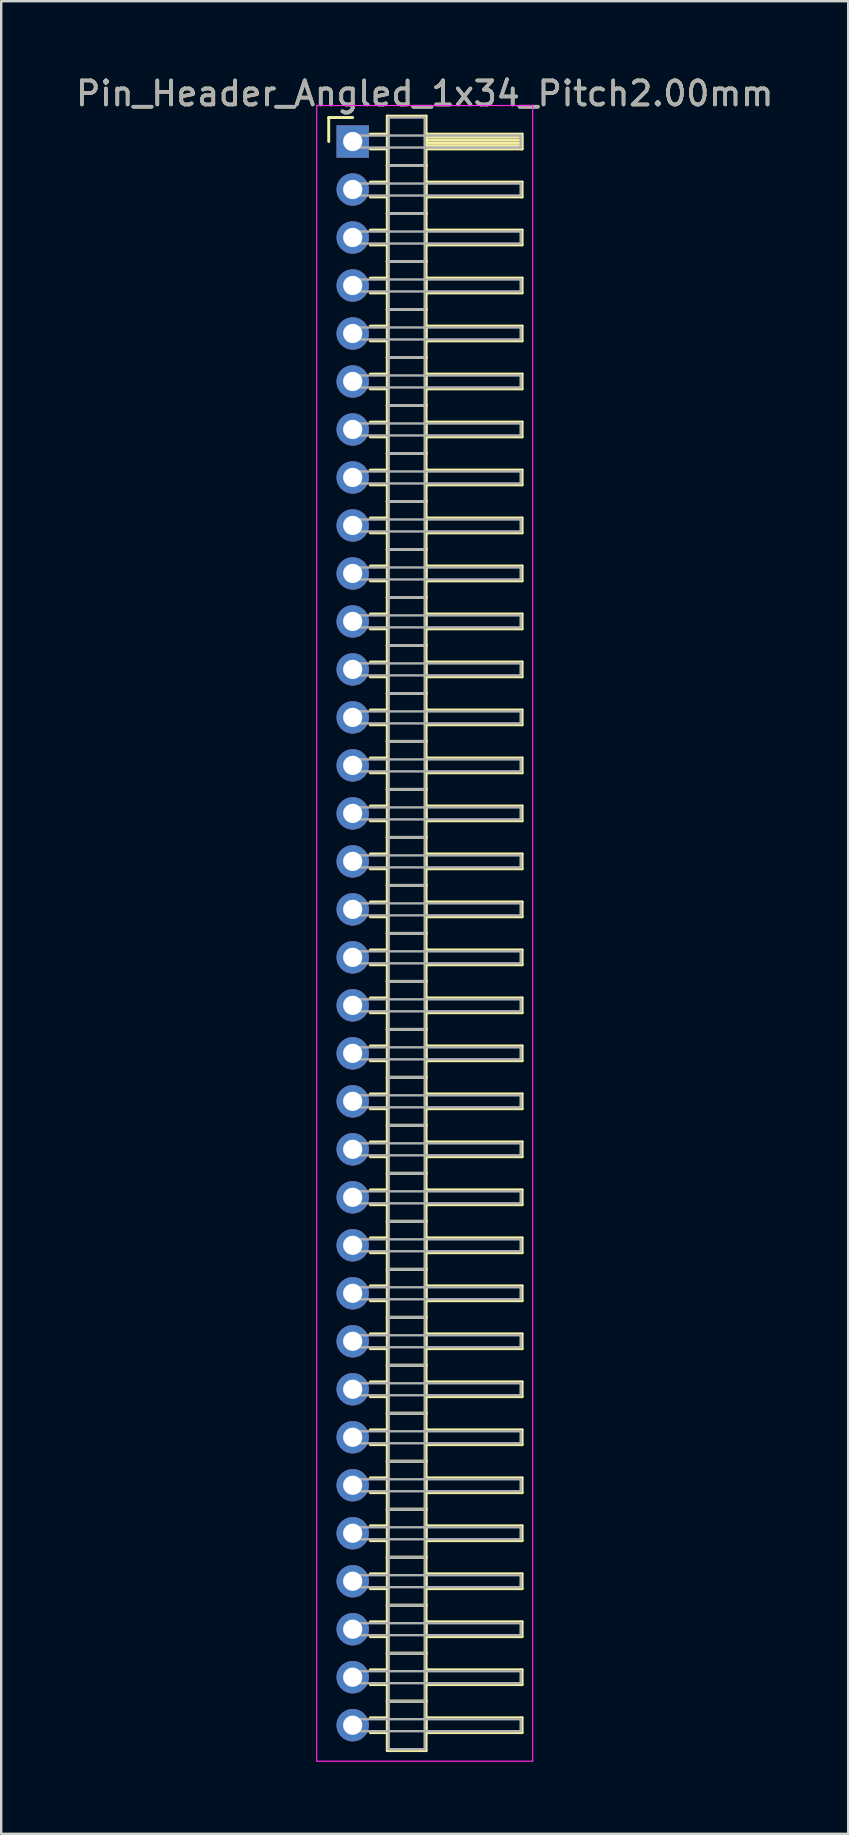
<source format=kicad_pcb>
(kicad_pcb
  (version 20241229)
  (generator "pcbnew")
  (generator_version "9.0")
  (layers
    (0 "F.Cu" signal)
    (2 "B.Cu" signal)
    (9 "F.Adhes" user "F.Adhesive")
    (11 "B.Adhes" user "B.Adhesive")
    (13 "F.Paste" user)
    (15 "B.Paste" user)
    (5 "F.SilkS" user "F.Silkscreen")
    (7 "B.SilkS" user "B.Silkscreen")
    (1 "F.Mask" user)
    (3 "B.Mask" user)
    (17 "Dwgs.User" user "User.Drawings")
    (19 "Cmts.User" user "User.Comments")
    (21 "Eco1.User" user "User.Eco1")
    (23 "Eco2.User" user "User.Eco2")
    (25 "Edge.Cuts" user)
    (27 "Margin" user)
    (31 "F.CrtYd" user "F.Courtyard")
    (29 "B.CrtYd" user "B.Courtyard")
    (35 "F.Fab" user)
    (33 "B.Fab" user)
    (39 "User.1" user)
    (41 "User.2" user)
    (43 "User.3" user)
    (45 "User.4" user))
  (footprint "Pin_Header_Angled_1x34_Pitch2.00mm"
    (layer "F.Cu")
    (at 11.649 2.848)
    (property "Reference" "Pin_Header_Angled_1x34_Pitch2.00mm" (at 3 -2 0) (layer "F.SilkS") (effects (font (size 1 1) (thickness 0.15))))
    (attr through_hole)
    (fp_line (start -1 -1) (end 0 -1) (stroke (width 0.12) (type solid)) (layer "F.SilkS"))
    (fp_line (start -1 0) (end -1 -1) (stroke (width 0.12) (type solid)) (layer "F.SilkS"))
    (fp_line (start 0.735 -0.31) (end 1.44 -0.31) (stroke (width 0.12) (type solid)) (layer "F.SilkS"))
    (fp_line (start 0.735 0.31) (end 1.44 0.31) (stroke (width 0.12) (type solid)) (layer "F.SilkS"))
    (fp_line (start 0.735 1.69) (end 1.44 1.69) (stroke (width 0.12) (type solid)) (layer "F.SilkS"))
    (fp_line (start 0.735 2.31) (end 1.44 2.31) (stroke (width 0.12) (type solid)) (layer "F.SilkS"))
    (fp_line (start 0.735 3.69) (end 1.44 3.69) (stroke (width 0.12) (type solid)) (layer "F.SilkS"))
    (fp_line (start 0.735 4.31) (end 1.44 4.31) (stroke (width 0.12) (type solid)) (layer "F.SilkS"))
    (fp_line (start 0.735 5.69) (end 1.44 5.69) (stroke (width 0.12) (type solid)) (layer "F.SilkS"))
    (fp_line (start 0.735 6.31) (end 1.44 6.31) (stroke (width 0.12) (type solid)) (layer "F.SilkS"))
    (fp_line (start 0.735 7.69) (end 1.44 7.69) (stroke (width 0.12) (type solid)) (layer "F.SilkS"))
    (fp_line (start 0.735 8.31) (end 1.44 8.31) (stroke (width 0.12) (type solid)) (layer "F.SilkS"))
    (fp_line (start 0.735 9.69) (end 1.44 9.69) (stroke (width 0.12) (type solid)) (layer "F.SilkS"))
    (fp_line (start 0.735 10.31) (end 1.44 10.31) (stroke (width 0.12) (type solid)) (layer "F.SilkS"))
    (fp_line (start 0.735 11.69) (end 1.44 11.69) (stroke (width 0.12) (type solid)) (layer "F.SilkS"))
    (fp_line (start 0.735 12.31) (end 1.44 12.31) (stroke (width 0.12) (type solid)) (layer "F.SilkS"))
    (fp_line (start 0.735 13.69) (end 1.44 13.69) (stroke (width 0.12) (type solid)) (layer "F.SilkS"))
    (fp_line (start 0.735 14.31) (end 1.44 14.31) (stroke (width 0.12) (type solid)) (layer "F.SilkS"))
    (fp_line (start 0.735 15.69) (end 1.44 15.69) (stroke (width 0.12) (type solid)) (layer "F.SilkS"))
    (fp_line (start 0.735 16.31) (end 1.44 16.31) (stroke (width 0.12) (type solid)) (layer "F.SilkS"))
    (fp_line (start 0.735 17.69) (end 1.44 17.69) (stroke (width 0.12) (type solid)) (layer "F.SilkS"))
    (fp_line (start 0.735 18.31) (end 1.44 18.31) (stroke (width 0.12) (type solid)) (layer "F.SilkS"))
    (fp_line (start 0.735 19.69) (end 1.44 19.69) (stroke (width 0.12) (type solid)) (layer "F.SilkS"))
    (fp_line (start 0.735 20.31) (end 1.44 20.31) (stroke (width 0.12) (type solid)) (layer "F.SilkS"))
    (fp_line (start 0.735 21.69) (end 1.44 21.69) (stroke (width 0.12) (type solid)) (layer "F.SilkS"))
    (fp_line (start 0.735 22.31) (end 1.44 22.31) (stroke (width 0.12) (type solid)) (layer "F.SilkS"))
    (fp_line (start 0.735 23.69) (end 1.44 23.69) (stroke (width 0.12) (type solid)) (layer "F.SilkS"))
    (fp_line (start 0.735 24.31) (end 1.44 24.31) (stroke (width 0.12) (type solid)) (layer "F.SilkS"))
    (fp_line (start 0.735 25.69) (end 1.44 25.69) (stroke (width 0.12) (type solid)) (layer "F.SilkS"))
    (fp_line (start 0.735 26.31) (end 1.44 26.31) (stroke (width 0.12) (type solid)) (layer "F.SilkS"))
    (fp_line (start 0.735 27.69) (end 1.44 27.69) (stroke (width 0.12) (type solid)) (layer "F.SilkS"))
    (fp_line (start 0.735 28.31) (end 1.44 28.31) (stroke (width 0.12) (type solid)) (layer "F.SilkS"))
    (fp_line (start 0.735 29.69) (end 1.44 29.69) (stroke (width 0.12) (type solid)) (layer "F.SilkS"))
    (fp_line (start 0.735 30.31) (end 1.44 30.31) (stroke (width 0.12) (type solid)) (layer "F.SilkS"))
    (fp_line (start 0.735 31.69) (end 1.44 31.69) (stroke (width 0.12) (type solid)) (layer "F.SilkS"))
    (fp_line (start 0.735 32.31) (end 1.44 32.31) (stroke (width 0.12) (type solid)) (layer "F.SilkS"))
    (fp_line (start 0.735 33.69) (end 1.44 33.69) (stroke (width 0.12) (type solid)) (layer "F.SilkS"))
    (fp_line (start 0.735 34.31) (end 1.44 34.31) (stroke (width 0.12) (type solid)) (layer "F.SilkS"))
    (fp_line (start 0.735 35.69) (end 1.44 35.69) (stroke (width 0.12) (type solid)) (layer "F.SilkS"))
    (fp_line (start 0.735 36.31) (end 1.44 36.31) (stroke (width 0.12) (type solid)) (layer "F.SilkS"))
    (fp_line (start 0.735 37.69) (end 1.44 37.69) (stroke (width 0.12) (type solid)) (layer "F.SilkS"))
    (fp_line (start 0.735 38.31) (end 1.44 38.31) (stroke (width 0.12) (type solid)) (layer "F.SilkS"))
    (fp_line (start 0.735 39.69) (end 1.44 39.69) (stroke (width 0.12) (type solid)) (layer "F.SilkS"))
    (fp_line (start 0.735 40.31) (end 1.44 40.31) (stroke (width 0.12) (type solid)) (layer "F.SilkS"))
    (fp_line (start 0.735 41.69) (end 1.44 41.69) (stroke (width 0.12) (type solid)) (layer "F.SilkS"))
    (fp_line (start 0.735 42.31) (end 1.44 42.31) (stroke (width 0.12) (type solid)) (layer "F.SilkS"))
    (fp_line (start 0.735 43.69) (end 1.44 43.69) (stroke (width 0.12) (type solid)) (layer "F.SilkS"))
    (fp_line (start 0.735 44.31) (end 1.44 44.31) (stroke (width 0.12) (type solid)) (layer "F.SilkS"))
    (fp_line (start 0.735 45.69) (end 1.44 45.69) (stroke (width 0.12) (type solid)) (layer "F.SilkS"))
    (fp_line (start 0.735 46.31) (end 1.44 46.31) (stroke (width 0.12) (type solid)) (layer "F.SilkS"))
    (fp_line (start 0.735 47.69) (end 1.44 47.69) (stroke (width 0.12) (type solid)) (layer "F.SilkS"))
    (fp_line (start 0.735 48.31) (end 1.44 48.31) (stroke (width 0.12) (type solid)) (layer "F.SilkS"))
    (fp_line (start 0.735 49.69) (end 1.44 49.69) (stroke (width 0.12) (type solid)) (layer "F.SilkS"))
    (fp_line (start 0.735 50.31) (end 1.44 50.31) (stroke (width 0.12) (type solid)) (layer "F.SilkS"))
    (fp_line (start 0.735 51.69) (end 1.44 51.69) (stroke (width 0.12) (type solid)) (layer "F.SilkS"))
    (fp_line (start 0.735 52.31) (end 1.44 52.31) (stroke (width 0.12) (type solid)) (layer "F.SilkS"))
    (fp_line (start 0.735 53.69) (end 1.44 53.69) (stroke (width 0.12) (type solid)) (layer "F.SilkS"))
    (fp_line (start 0.735 54.31) (end 1.44 54.31) (stroke (width 0.12) (type solid)) (layer "F.SilkS"))
    (fp_line (start 0.735 55.69) (end 1.44 55.69) (stroke (width 0.12) (type solid)) (layer "F.SilkS"))
    (fp_line (start 0.735 56.31) (end 1.44 56.31) (stroke (width 0.12) (type solid)) (layer "F.SilkS"))
    (fp_line (start 0.735 57.69) (end 1.44 57.69) (stroke (width 0.12) (type solid)) (layer "F.SilkS"))
    (fp_line (start 0.735 58.31) (end 1.44 58.31) (stroke (width 0.12) (type solid)) (layer "F.SilkS"))
    (fp_line (start 0.735 59.69) (end 1.44 59.69) (stroke (width 0.12) (type solid)) (layer "F.SilkS"))
    (fp_line (start 0.735 60.31) (end 1.44 60.31) (stroke (width 0.12) (type solid)) (layer "F.SilkS"))
    (fp_line (start 0.735 61.69) (end 1.44 61.69) (stroke (width 0.12) (type solid)) (layer "F.SilkS"))
    (fp_line (start 0.735 62.31) (end 1.44 62.31) (stroke (width 0.12) (type solid)) (layer "F.SilkS"))
    (fp_line (start 0.735 63.69) (end 1.44 63.69) (stroke (width 0.12) (type solid)) (layer "F.SilkS"))
    (fp_line (start 0.735 64.31) (end 1.44 64.31) (stroke (width 0.12) (type solid)) (layer "F.SilkS"))
    (fp_line (start 0.735 65.69) (end 1.44 65.69) (stroke (width 0.12) (type solid)) (layer "F.SilkS"))
    (fp_line (start 0.735 66.31) (end 1.44 66.31) (stroke (width 0.12) (type solid)) (layer "F.SilkS"))
    (fp_line (start 1.44 -1.06) (end 1.44 1) (stroke (width 0.12) (type solid)) (layer "F.SilkS"))
    (fp_line (start 1.44 1) (end 1.44 3) (stroke (width 0.12) (type solid)) (layer "F.SilkS"))
    (fp_line (start 1.44 1) (end 3.06 1) (stroke (width 0.12) (type solid)) (layer "F.SilkS"))
    (fp_line (start 1.44 3) (end 1.44 5) (stroke (width 0.12) (type solid)) (layer "F.SilkS"))
    (fp_line (start 1.44 3) (end 3.06 3) (stroke (width 0.12) (type solid)) (layer "F.SilkS"))
    (fp_line (start 1.44 5) (end 1.44 7) (stroke (width 0.12) (type solid)) (layer "F.SilkS"))
    (fp_line (start 1.44 5) (end 3.06 5) (stroke (width 0.12) (type solid)) (layer "F.SilkS"))
    (fp_line (start 1.44 7) (end 1.44 9) (stroke (width 0.12) (type solid)) (layer "F.SilkS"))
    (fp_line (start 1.44 7) (end 3.06 7) (stroke (width 0.12) (type solid)) (layer "F.SilkS"))
    (fp_line (start 1.44 9) (end 1.44 11) (stroke (width 0.12) (type solid)) (layer "F.SilkS"))
    (fp_line (start 1.44 9) (end 3.06 9) (stroke (width 0.12) (type solid)) (layer "F.SilkS"))
    (fp_line (start 1.44 11) (end 1.44 13) (stroke (width 0.12) (type solid)) (layer "F.SilkS"))
    (fp_line (start 1.44 11) (end 3.06 11) (stroke (width 0.12) (type solid)) (layer "F.SilkS"))
    (fp_line (start 1.44 13) (end 1.44 15) (stroke (width 0.12) (type solid)) (layer "F.SilkS"))
    (fp_line (start 1.44 13) (end 3.06 13) (stroke (width 0.12) (type solid)) (layer "F.SilkS"))
    (fp_line (start 1.44 15) (end 1.44 17) (stroke (width 0.12) (type solid)) (layer "F.SilkS"))
    (fp_line (start 1.44 15) (end 3.06 15) (stroke (width 0.12) (type solid)) (layer "F.SilkS"))
    (fp_line (start 1.44 17) (end 1.44 19) (stroke (width 0.12) (type solid)) (layer "F.SilkS"))
    (fp_line (start 1.44 17) (end 3.06 17) (stroke (width 0.12) (type solid)) (layer "F.SilkS"))
    (fp_line (start 1.44 19) (end 1.44 21) (stroke (width 0.12) (type solid)) (layer "F.SilkS"))
    (fp_line (start 1.44 19) (end 3.06 19) (stroke (width 0.12) (type solid)) (layer "F.SilkS"))
    (fp_line (start 1.44 21) (end 1.44 23) (stroke (width 0.12) (type solid)) (layer "F.SilkS"))
    (fp_line (start 1.44 21) (end 3.06 21) (stroke (width 0.12) (type solid)) (layer "F.SilkS"))
    (fp_line (start 1.44 23) (end 1.44 25) (stroke (width 0.12) (type solid)) (layer "F.SilkS"))
    (fp_line (start 1.44 23) (end 3.06 23) (stroke (width 0.12) (type solid)) (layer "F.SilkS"))
    (fp_line (start 1.44 25) (end 1.44 27) (stroke (width 0.12) (type solid)) (layer "F.SilkS"))
    (fp_line (start 1.44 25) (end 3.06 25) (stroke (width 0.12) (type solid)) (layer "F.SilkS"))
    (fp_line (start 1.44 27) (end 1.44 29) (stroke (width 0.12) (type solid)) (layer "F.SilkS"))
    (fp_line (start 1.44 27) (end 3.06 27) (stroke (width 0.12) (type solid)) (layer "F.SilkS"))
    (fp_line (start 1.44 29) (end 1.44 31) (stroke (width 0.12) (type solid)) (layer "F.SilkS"))
    (fp_line (start 1.44 29) (end 3.06 29) (stroke (width 0.12) (type solid)) (layer "F.SilkS"))
    (fp_line (start 1.44 31) (end 1.44 33) (stroke (width 0.12) (type solid)) (layer "F.SilkS"))
    (fp_line (start 1.44 31) (end 3.06 31) (stroke (width 0.12) (type solid)) (layer "F.SilkS"))
    (fp_line (start 1.44 33) (end 1.44 35) (stroke (width 0.12) (type solid)) (layer "F.SilkS"))
    (fp_line (start 1.44 33) (end 3.06 33) (stroke (width 0.12) (type solid)) (layer "F.SilkS"))
    (fp_line (start 1.44 35) (end 1.44 37) (stroke (width 0.12) (type solid)) (layer "F.SilkS"))
    (fp_line (start 1.44 35) (end 3.06 35) (stroke (width 0.12) (type solid)) (layer "F.SilkS"))
    (fp_line (start 1.44 37) (end 1.44 39) (stroke (width 0.12) (type solid)) (layer "F.SilkS"))
    (fp_line (start 1.44 37) (end 3.06 37) (stroke (width 0.12) (type solid)) (layer "F.SilkS"))
    (fp_line (start 1.44 39) (end 1.44 41) (stroke (width 0.12) (type solid)) (layer "F.SilkS"))
    (fp_line (start 1.44 39) (end 3.06 39) (stroke (width 0.12) (type solid)) (layer "F.SilkS"))
    (fp_line (start 1.44 41) (end 1.44 43) (stroke (width 0.12) (type solid)) (layer "F.SilkS"))
    (fp_line (start 1.44 41) (end 3.06 41) (stroke (width 0.12) (type solid)) (layer "F.SilkS"))
    (fp_line (start 1.44 43) (end 1.44 45) (stroke (width 0.12) (type solid)) (layer "F.SilkS"))
    (fp_line (start 1.44 43) (end 3.06 43) (stroke (width 0.12) (type solid)) (layer "F.SilkS"))
    (fp_line (start 1.44 45) (end 1.44 47) (stroke (width 0.12) (type solid)) (layer "F.SilkS"))
    (fp_line (start 1.44 45) (end 3.06 45) (stroke (width 0.12) (type solid)) (layer "F.SilkS"))
    (fp_line (start 1.44 47) (end 1.44 49) (stroke (width 0.12) (type solid)) (layer "F.SilkS"))
    (fp_line (start 1.44 47) (end 3.06 47) (stroke (width 0.12) (type solid)) (layer "F.SilkS"))
    (fp_line (start 1.44 49) (end 1.44 51) (stroke (width 0.12) (type solid)) (layer "F.SilkS"))
    (fp_line (start 1.44 49) (end 3.06 49) (stroke (width 0.12) (type solid)) (layer "F.SilkS"))
    (fp_line (start 1.44 51) (end 1.44 53) (stroke (width 0.12) (type solid)) (layer "F.SilkS"))
    (fp_line (start 1.44 51) (end 3.06 51) (stroke (width 0.12) (type solid)) (layer "F.SilkS"))
    (fp_line (start 1.44 53) (end 1.44 55) (stroke (width 0.12) (type solid)) (layer "F.SilkS"))
    (fp_line (start 1.44 53) (end 3.06 53) (stroke (width 0.12) (type solid)) (layer "F.SilkS"))
    (fp_line (start 1.44 55) (end 1.44 57) (stroke (width 0.12) (type solid)) (layer "F.SilkS"))
    (fp_line (start 1.44 55) (end 3.06 55) (stroke (width 0.12) (type solid)) (layer "F.SilkS"))
    (fp_line (start 1.44 57) (end 1.44 59) (stroke (width 0.12) (type solid)) (layer "F.SilkS"))
    (fp_line (start 1.44 57) (end 3.06 57) (stroke (width 0.12) (type solid)) (layer "F.SilkS"))
    (fp_line (start 1.44 59) (end 1.44 61) (stroke (width 0.12) (type solid)) (layer "F.SilkS"))
    (fp_line (start 1.44 59) (end 3.06 59) (stroke (width 0.12) (type solid)) (layer "F.SilkS"))
    (fp_line (start 1.44 61) (end 1.44 63) (stroke (width 0.12) (type solid)) (layer "F.SilkS"))
    (fp_line (start 1.44 61) (end 3.06 61) (stroke (width 0.12) (type solid)) (layer "F.SilkS"))
    (fp_line (start 1.44 63) (end 1.44 65) (stroke (width 0.12) (type solid)) (layer "F.SilkS"))
    (fp_line (start 1.44 63) (end 3.06 63) (stroke (width 0.12) (type solid)) (layer "F.SilkS"))
    (fp_line (start 1.44 65) (end 1.44 67.06) (stroke (width 0.12) (type solid)) (layer "F.SilkS"))
    (fp_line (start 1.44 65) (end 3.06 65) (stroke (width 0.12) (type solid)) (layer "F.SilkS"))
    (fp_line (start 1.44 67.06) (end 3.06 67.06) (stroke (width 0.12) (type solid)) (layer "F.SilkS"))
    (fp_line (start 3.06 -1.06) (end 1.44 -1.06) (stroke (width 0.12) (type solid)) (layer "F.SilkS"))
    (fp_line (start 3.06 -0.31) (end 3.06 0.31) (stroke (width 0.12) (type solid)) (layer "F.SilkS"))
    (fp_line (start 3.06 -0.19) (end 7.06 -0.19) (stroke (width 0.12) (type solid)) (layer "F.SilkS"))
    (fp_line (start 3.06 -0.07) (end 7.06 -0.07) (stroke (width 0.12) (type solid)) (layer "F.SilkS"))
    (fp_line (start 3.06 0.05) (end 7.06 0.05) (stroke (width 0.12) (type solid)) (layer "F.SilkS"))
    (fp_line (start 3.06 0.17) (end 7.06 0.17) (stroke (width 0.12) (type solid)) (layer "F.SilkS"))
    (fp_line (start 3.06 0.29) (end 7.06 0.29) (stroke (width 0.12) (type solid)) (layer "F.SilkS"))
    (fp_line (start 3.06 0.31) (end 7.06 0.31) (stroke (width 0.12) (type solid)) (layer "F.SilkS"))
    (fp_line (start 3.06 1) (end 1.44 1) (stroke (width 0.12) (type solid)) (layer "F.SilkS"))
    (fp_line (start 3.06 1) (end 3.06 -1.06) (stroke (width 0.12) (type solid)) (layer "F.SilkS"))
    (fp_line (start 3.06 1.69) (end 3.06 2.31) (stroke (width 0.12) (type solid)) (layer "F.SilkS"))
    (fp_line (start 3.06 2.31) (end 7.06 2.31) (stroke (width 0.12) (type solid)) (layer "F.SilkS"))
    (fp_line (start 3.06 3) (end 1.44 3) (stroke (width 0.12) (type solid)) (layer "F.SilkS"))
    (fp_line (start 3.06 3) (end 3.06 1) (stroke (width 0.12) (type solid)) (layer "F.SilkS"))
    (fp_line (start 3.06 3.69) (end 3.06 4.31) (stroke (width 0.12) (type solid)) (layer "F.SilkS"))
    (fp_line (start 3.06 4.31) (end 7.06 4.31) (stroke (width 0.12) (type solid)) (layer "F.SilkS"))
    (fp_line (start 3.06 5) (end 1.44 5) (stroke (width 0.12) (type solid)) (layer "F.SilkS"))
    (fp_line (start 3.06 5) (end 3.06 3) (stroke (width 0.12) (type solid)) (layer "F.SilkS"))
    (fp_line (start 3.06 5.69) (end 3.06 6.31) (stroke (width 0.12) (type solid)) (layer "F.SilkS"))
    (fp_line (start 3.06 6.31) (end 7.06 6.31) (stroke (width 0.12) (type solid)) (layer "F.SilkS"))
    (fp_line (start 3.06 7) (end 1.44 7) (stroke (width 0.12) (type solid)) (layer "F.SilkS"))
    (fp_line (start 3.06 7) (end 3.06 5) (stroke (width 0.12) (type solid)) (layer "F.SilkS"))
    (fp_line (start 3.06 7.69) (end 3.06 8.31) (stroke (width 0.12) (type solid)) (layer "F.SilkS"))
    (fp_line (start 3.06 8.31) (end 7.06 8.31) (stroke (width 0.12) (type solid)) (layer "F.SilkS"))
    (fp_line (start 3.06 9) (end 1.44 9) (stroke (width 0.12) (type solid)) (layer "F.SilkS"))
    (fp_line (start 3.06 9) (end 3.06 7) (stroke (width 0.12) (type solid)) (layer "F.SilkS"))
    (fp_line (start 3.06 9.69) (end 3.06 10.31) (stroke (width 0.12) (type solid)) (layer "F.SilkS"))
    (fp_line (start 3.06 10.31) (end 7.06 10.31) (stroke (width 0.12) (type solid)) (layer "F.SilkS"))
    (fp_line (start 3.06 11) (end 1.44 11) (stroke (width 0.12) (type solid)) (layer "F.SilkS"))
    (fp_line (start 3.06 11) (end 3.06 9) (stroke (width 0.12) (type solid)) (layer "F.SilkS"))
    (fp_line (start 3.06 11.69) (end 3.06 12.31) (stroke (width 0.12) (type solid)) (layer "F.SilkS"))
    (fp_line (start 3.06 12.31) (end 7.06 12.31) (stroke (width 0.12) (type solid)) (layer "F.SilkS"))
    (fp_line (start 3.06 13) (end 1.44 13) (stroke (width 0.12) (type solid)) (layer "F.SilkS"))
    (fp_line (start 3.06 13) (end 3.06 11) (stroke (width 0.12) (type solid)) (layer "F.SilkS"))
    (fp_line (start 3.06 13.69) (end 3.06 14.31) (stroke (width 0.12) (type solid)) (layer "F.SilkS"))
    (fp_line (start 3.06 14.31) (end 7.06 14.31) (stroke (width 0.12) (type solid)) (layer "F.SilkS"))
    (fp_line (start 3.06 15) (end 1.44 15) (stroke (width 0.12) (type solid)) (layer "F.SilkS"))
    (fp_line (start 3.06 15) (end 3.06 13) (stroke (width 0.12) (type solid)) (layer "F.SilkS"))
    (fp_line (start 3.06 15.69) (end 3.06 16.31) (stroke (width 0.12) (type solid)) (layer "F.SilkS"))
    (fp_line (start 3.06 16.31) (end 7.06 16.31) (stroke (width 0.12) (type solid)) (layer "F.SilkS"))
    (fp_line (start 3.06 17) (end 1.44 17) (stroke (width 0.12) (type solid)) (layer "F.SilkS"))
    (fp_line (start 3.06 17) (end 3.06 15) (stroke (width 0.12) (type solid)) (layer "F.SilkS"))
    (fp_line (start 3.06 17.69) (end 3.06 18.31) (stroke (width 0.12) (type solid)) (layer "F.SilkS"))
    (fp_line (start 3.06 18.31) (end 7.06 18.31) (stroke (width 0.12) (type solid)) (layer "F.SilkS"))
    (fp_line (start 3.06 19) (end 1.44 19) (stroke (width 0.12) (type solid)) (layer "F.SilkS"))
    (fp_line (start 3.06 19) (end 3.06 17) (stroke (width 0.12) (type solid)) (layer "F.SilkS"))
    (fp_line (start 3.06 19.69) (end 3.06 20.31) (stroke (width 0.12) (type solid)) (layer "F.SilkS"))
    (fp_line (start 3.06 20.31) (end 7.06 20.31) (stroke (width 0.12) (type solid)) (layer "F.SilkS"))
    (fp_line (start 3.06 21) (end 1.44 21) (stroke (width 0.12) (type solid)) (layer "F.SilkS"))
    (fp_line (start 3.06 21) (end 3.06 19) (stroke (width 0.12) (type solid)) (layer "F.SilkS"))
    (fp_line (start 3.06 21.69) (end 3.06 22.31) (stroke (width 0.12) (type solid)) (layer "F.SilkS"))
    (fp_line (start 3.06 22.31) (end 7.06 22.31) (stroke (width 0.12) (type solid)) (layer "F.SilkS"))
    (fp_line (start 3.06 23) (end 1.44 23) (stroke (width 0.12) (type solid)) (layer "F.SilkS"))
    (fp_line (start 3.06 23) (end 3.06 21) (stroke (width 0.12) (type solid)) (layer "F.SilkS"))
    (fp_line (start 3.06 23.69) (end 3.06 24.31) (stroke (width 0.12) (type solid)) (layer "F.SilkS"))
    (fp_line (start 3.06 24.31) (end 7.06 24.31) (stroke (width 0.12) (type solid)) (layer "F.SilkS"))
    (fp_line (start 3.06 25) (end 1.44 25) (stroke (width 0.12) (type solid)) (layer "F.SilkS"))
    (fp_line (start 3.06 25) (end 3.06 23) (stroke (width 0.12) (type solid)) (layer "F.SilkS"))
    (fp_line (start 3.06 25.69) (end 3.06 26.31) (stroke (width 0.12) (type solid)) (layer "F.SilkS"))
    (fp_line (start 3.06 26.31) (end 7.06 26.31) (stroke (width 0.12) (type solid)) (layer "F.SilkS"))
    (fp_line (start 3.06 27) (end 1.44 27) (stroke (width 0.12) (type solid)) (layer "F.SilkS"))
    (fp_line (start 3.06 27) (end 3.06 25) (stroke (width 0.12) (type solid)) (layer "F.SilkS"))
    (fp_line (start 3.06 27.69) (end 3.06 28.31) (stroke (width 0.12) (type solid)) (layer "F.SilkS"))
    (fp_line (start 3.06 28.31) (end 7.06 28.31) (stroke (width 0.12) (type solid)) (layer "F.SilkS"))
    (fp_line (start 3.06 29) (end 1.44 29) (stroke (width 0.12) (type solid)) (layer "F.SilkS"))
    (fp_line (start 3.06 29) (end 3.06 27) (stroke (width 0.12) (type solid)) (layer "F.SilkS"))
    (fp_line (start 3.06 29.69) (end 3.06 30.31) (stroke (width 0.12) (type solid)) (layer "F.SilkS"))
    (fp_line (start 3.06 30.31) (end 7.06 30.31) (stroke (width 0.12) (type solid)) (layer "F.SilkS"))
    (fp_line (start 3.06 31) (end 1.44 31) (stroke (width 0.12) (type solid)) (layer "F.SilkS"))
    (fp_line (start 3.06 31) (end 3.06 29) (stroke (width 0.12) (type solid)) (layer "F.SilkS"))
    (fp_line (start 3.06 31.69) (end 3.06 32.31) (stroke (width 0.12) (type solid)) (layer "F.SilkS"))
    (fp_line (start 3.06 32.31) (end 7.06 32.31) (stroke (width 0.12) (type solid)) (layer "F.SilkS"))
    (fp_line (start 3.06 33) (end 1.44 33) (stroke (width 0.12) (type solid)) (layer "F.SilkS"))
    (fp_line (start 3.06 33) (end 3.06 31) (stroke (width 0.12) (type solid)) (layer "F.SilkS"))
    (fp_line (start 3.06 33.69) (end 3.06 34.31) (stroke (width 0.12) (type solid)) (layer "F.SilkS"))
    (fp_line (start 3.06 34.31) (end 7.06 34.31) (stroke (width 0.12) (type solid)) (layer "F.SilkS"))
    (fp_line (start 3.06 35) (end 1.44 35) (stroke (width 0.12) (type solid)) (layer "F.SilkS"))
    (fp_line (start 3.06 35) (end 3.06 33) (stroke (width 0.12) (type solid)) (layer "F.SilkS"))
    (fp_line (start 3.06 35.69) (end 3.06 36.31) (stroke (width 0.12) (type solid)) (layer "F.SilkS"))
    (fp_line (start 3.06 36.31) (end 7.06 36.31) (stroke (width 0.12) (type solid)) (layer "F.SilkS"))
    (fp_line (start 3.06 37) (end 1.44 37) (stroke (width 0.12) (type solid)) (layer "F.SilkS"))
    (fp_line (start 3.06 37) (end 3.06 35) (stroke (width 0.12) (type solid)) (layer "F.SilkS"))
    (fp_line (start 3.06 37.69) (end 3.06 38.31) (stroke (width 0.12) (type solid)) (layer "F.SilkS"))
    (fp_line (start 3.06 38.31) (end 7.06 38.31) (stroke (width 0.12) (type solid)) (layer "F.SilkS"))
    (fp_line (start 3.06 39) (end 1.44 39) (stroke (width 0.12) (type solid)) (layer "F.SilkS"))
    (fp_line (start 3.06 39) (end 3.06 37) (stroke (width 0.12) (type solid)) (layer "F.SilkS"))
    (fp_line (start 3.06 39.69) (end 3.06 40.31) (stroke (width 0.12) (type solid)) (layer "F.SilkS"))
    (fp_line (start 3.06 40.31) (end 7.06 40.31) (stroke (width 0.12) (type solid)) (layer "F.SilkS"))
    (fp_line (start 3.06 41) (end 1.44 41) (stroke (width 0.12) (type solid)) (layer "F.SilkS"))
    (fp_line (start 3.06 41) (end 3.06 39) (stroke (width 0.12) (type solid)) (layer "F.SilkS"))
    (fp_line (start 3.06 41.69) (end 3.06 42.31) (stroke (width 0.12) (type solid)) (layer "F.SilkS"))
    (fp_line (start 3.06 42.31) (end 7.06 42.31) (stroke (width 0.12) (type solid)) (layer "F.SilkS"))
    (fp_line (start 3.06 43) (end 1.44 43) (stroke (width 0.12) (type solid)) (layer "F.SilkS"))
    (fp_line (start 3.06 43) (end 3.06 41) (stroke (width 0.12) (type solid)) (layer "F.SilkS"))
    (fp_line (start 3.06 43.69) (end 3.06 44.31) (stroke (width 0.12) (type solid)) (layer "F.SilkS"))
    (fp_line (start 3.06 44.31) (end 7.06 44.31) (stroke (width 0.12) (type solid)) (layer "F.SilkS"))
    (fp_line (start 3.06 45) (end 1.44 45) (stroke (width 0.12) (type solid)) (layer "F.SilkS"))
    (fp_line (start 3.06 45) (end 3.06 43) (stroke (width 0.12) (type solid)) (layer "F.SilkS"))
    (fp_line (start 3.06 45.69) (end 3.06 46.31) (stroke (width 0.12) (type solid)) (layer "F.SilkS"))
    (fp_line (start 3.06 46.31) (end 7.06 46.31) (stroke (width 0.12) (type solid)) (layer "F.SilkS"))
    (fp_line (start 3.06 47) (end 1.44 47) (stroke (width 0.12) (type solid)) (layer "F.SilkS"))
    (fp_line (start 3.06 47) (end 3.06 45) (stroke (width 0.12) (type solid)) (layer "F.SilkS"))
    (fp_line (start 3.06 47.69) (end 3.06 48.31) (stroke (width 0.12) (type solid)) (layer "F.SilkS"))
    (fp_line (start 3.06 48.31) (end 7.06 48.31) (stroke (width 0.12) (type solid)) (layer "F.SilkS"))
    (fp_line (start 3.06 49) (end 1.44 49) (stroke (width 0.12) (type solid)) (layer "F.SilkS"))
    (fp_line (start 3.06 49) (end 3.06 47) (stroke (width 0.12) (type solid)) (layer "F.SilkS"))
    (fp_line (start 3.06 49.69) (end 3.06 50.31) (stroke (width 0.12) (type solid)) (layer "F.SilkS"))
    (fp_line (start 3.06 50.31) (end 7.06 50.31) (stroke (width 0.12) (type solid)) (layer "F.SilkS"))
    (fp_line (start 3.06 51) (end 1.44 51) (stroke (width 0.12) (type solid)) (layer "F.SilkS"))
    (fp_line (start 3.06 51) (end 3.06 49) (stroke (width 0.12) (type solid)) (layer "F.SilkS"))
    (fp_line (start 3.06 51.69) (end 3.06 52.31) (stroke (width 0.12) (type solid)) (layer "F.SilkS"))
    (fp_line (start 3.06 52.31) (end 7.06 52.31) (stroke (width 0.12) (type solid)) (layer "F.SilkS"))
    (fp_line (start 3.06 53) (end 1.44 53) (stroke (width 0.12) (type solid)) (layer "F.SilkS"))
    (fp_line (start 3.06 53) (end 3.06 51) (stroke (width 0.12) (type solid)) (layer "F.SilkS"))
    (fp_line (start 3.06 53.69) (end 3.06 54.31) (stroke (width 0.12) (type solid)) (layer "F.SilkS"))
    (fp_line (start 3.06 54.31) (end 7.06 54.31) (stroke (width 0.12) (type solid)) (layer "F.SilkS"))
    (fp_line (start 3.06 55) (end 1.44 55) (stroke (width 0.12) (type solid)) (layer "F.SilkS"))
    (fp_line (start 3.06 55) (end 3.06 53) (stroke (width 0.12) (type solid)) (layer "F.SilkS"))
    (fp_line (start 3.06 55.69) (end 3.06 56.31) (stroke (width 0.12) (type solid)) (layer "F.SilkS"))
    (fp_line (start 3.06 56.31) (end 7.06 56.31) (stroke (width 0.12) (type solid)) (layer "F.SilkS"))
    (fp_line (start 3.06 57) (end 1.44 57) (stroke (width 0.12) (type solid)) (layer "F.SilkS"))
    (fp_line (start 3.06 57) (end 3.06 55) (stroke (width 0.12) (type solid)) (layer "F.SilkS"))
    (fp_line (start 3.06 57.69) (end 3.06 58.31) (stroke (width 0.12) (type solid)) (layer "F.SilkS"))
    (fp_line (start 3.06 58.31) (end 7.06 58.31) (stroke (width 0.12) (type solid)) (layer "F.SilkS"))
    (fp_line (start 3.06 59) (end 1.44 59) (stroke (width 0.12) (type solid)) (layer "F.SilkS"))
    (fp_line (start 3.06 59) (end 3.06 57) (stroke (width 0.12) (type solid)) (layer "F.SilkS"))
    (fp_line (start 3.06 59.69) (end 3.06 60.31) (stroke (width 0.12) (type solid)) (layer "F.SilkS"))
    (fp_line (start 3.06 60.31) (end 7.06 60.31) (stroke (width 0.12) (type solid)) (layer "F.SilkS"))
    (fp_line (start 3.06 61) (end 1.44 61) (stroke (width 0.12) (type solid)) (layer "F.SilkS"))
    (fp_line (start 3.06 61) (end 3.06 59) (stroke (width 0.12) (type solid)) (layer "F.SilkS"))
    (fp_line (start 3.06 61.69) (end 3.06 62.31) (stroke (width 0.12) (type solid)) (layer "F.SilkS"))
    (fp_line (start 3.06 62.31) (end 7.06 62.31) (stroke (width 0.12) (type solid)) (layer "F.SilkS"))
    (fp_line (start 3.06 63) (end 1.44 63) (stroke (width 0.12) (type solid)) (layer "F.SilkS"))
    (fp_line (start 3.06 63) (end 3.06 61) (stroke (width 0.12) (type solid)) (layer "F.SilkS"))
    (fp_line (start 3.06 63.69) (end 3.06 64.31) (stroke (width 0.12) (type solid)) (layer "F.SilkS"))
    (fp_line (start 3.06 64.31) (end 7.06 64.31) (stroke (width 0.12) (type solid)) (layer "F.SilkS"))
    (fp_line (start 3.06 65) (end 1.44 65) (stroke (width 0.12) (type solid)) (layer "F.SilkS"))
    (fp_line (start 3.06 65) (end 3.06 63) (stroke (width 0.12) (type solid)) (layer "F.SilkS"))
    (fp_line (start 3.06 65.69) (end 3.06 66.31) (stroke (width 0.12) (type solid)) (layer "F.SilkS"))
    (fp_line (start 3.06 66.31) (end 7.06 66.31) (stroke (width 0.12) (type solid)) (layer "F.SilkS"))
    (fp_line (start 3.06 67.06) (end 3.06 65) (stroke (width 0.12) (type solid)) (layer "F.SilkS"))
    (fp_line (start 7.06 -0.31) (end 3.06 -0.31) (stroke (width 0.12) (type solid)) (layer "F.SilkS"))
    (fp_line (start 7.06 0.31) (end 7.06 -0.31) (stroke (width 0.12) (type solid)) (layer "F.SilkS"))
    (fp_line (start 7.06 1.69) (end 3.06 1.69) (stroke (width 0.12) (type solid)) (layer "F.SilkS"))
    (fp_line (start 7.06 2.31) (end 7.06 1.69) (stroke (width 0.12) (type solid)) (layer "F.SilkS"))
    (fp_line (start 7.06 3.69) (end 3.06 3.69) (stroke (width 0.12) (type solid)) (layer "F.SilkS"))
    (fp_line (start 7.06 4.31) (end 7.06 3.69) (stroke (width 0.12) (type solid)) (layer "F.SilkS"))
    (fp_line (start 7.06 5.69) (end 3.06 5.69) (stroke (width 0.12) (type solid)) (layer "F.SilkS"))
    (fp_line (start 7.06 6.31) (end 7.06 5.69) (stroke (width 0.12) (type solid)) (layer "F.SilkS"))
    (fp_line (start 7.06 7.69) (end 3.06 7.69) (stroke (width 0.12) (type solid)) (layer "F.SilkS"))
    (fp_line (start 7.06 8.31) (end 7.06 7.69) (stroke (width 0.12) (type solid)) (layer "F.SilkS"))
    (fp_line (start 7.06 9.69) (end 3.06 9.69) (stroke (width 0.12) (type solid)) (layer "F.SilkS"))
    (fp_line (start 7.06 10.31) (end 7.06 9.69) (stroke (width 0.12) (type solid)) (layer "F.SilkS"))
    (fp_line (start 7.06 11.69) (end 3.06 11.69) (stroke (width 0.12) (type solid)) (layer "F.SilkS"))
    (fp_line (start 7.06 12.31) (end 7.06 11.69) (stroke (width 0.12) (type solid)) (layer "F.SilkS"))
    (fp_line (start 7.06 13.69) (end 3.06 13.69) (stroke (width 0.12) (type solid)) (layer "F.SilkS"))
    (fp_line (start 7.06 14.31) (end 7.06 13.69) (stroke (width 0.12) (type solid)) (layer "F.SilkS"))
    (fp_line (start 7.06 15.69) (end 3.06 15.69) (stroke (width 0.12) (type solid)) (layer "F.SilkS"))
    (fp_line (start 7.06 16.31) (end 7.06 15.69) (stroke (width 0.12) (type solid)) (layer "F.SilkS"))
    (fp_line (start 7.06 17.69) (end 3.06 17.69) (stroke (width 0.12) (type solid)) (layer "F.SilkS"))
    (fp_line (start 7.06 18.31) (end 7.06 17.69) (stroke (width 0.12) (type solid)) (layer "F.SilkS"))
    (fp_line (start 7.06 19.69) (end 3.06 19.69) (stroke (width 0.12) (type solid)) (layer "F.SilkS"))
    (fp_line (start 7.06 20.31) (end 7.06 19.69) (stroke (width 0.12) (type solid)) (layer "F.SilkS"))
    (fp_line (start 7.06 21.69) (end 3.06 21.69) (stroke (width 0.12) (type solid)) (layer "F.SilkS"))
    (fp_line (start 7.06 22.31) (end 7.06 21.69) (stroke (width 0.12) (type solid)) (layer "F.SilkS"))
    (fp_line (start 7.06 23.69) (end 3.06 23.69) (stroke (width 0.12) (type solid)) (layer "F.SilkS"))
    (fp_line (start 7.06 24.31) (end 7.06 23.69) (stroke (width 0.12) (type solid)) (layer "F.SilkS"))
    (fp_line (start 7.06 25.69) (end 3.06 25.69) (stroke (width 0.12) (type solid)) (layer "F.SilkS"))
    (fp_line (start 7.06 26.31) (end 7.06 25.69) (stroke (width 0.12) (type solid)) (layer "F.SilkS"))
    (fp_line (start 7.06 27.69) (end 3.06 27.69) (stroke (width 0.12) (type solid)) (layer "F.SilkS"))
    (fp_line (start 7.06 28.31) (end 7.06 27.69) (stroke (width 0.12) (type solid)) (layer "F.SilkS"))
    (fp_line (start 7.06 29.69) (end 3.06 29.69) (stroke (width 0.12) (type solid)) (layer "F.SilkS"))
    (fp_line (start 7.06 30.31) (end 7.06 29.69) (stroke (width 0.12) (type solid)) (layer "F.SilkS"))
    (fp_line (start 7.06 31.69) (end 3.06 31.69) (stroke (width 0.12) (type solid)) (layer "F.SilkS"))
    (fp_line (start 7.06 32.31) (end 7.06 31.69) (stroke (width 0.12) (type solid)) (layer "F.SilkS"))
    (fp_line (start 7.06 33.69) (end 3.06 33.69) (stroke (width 0.12) (type solid)) (layer "F.SilkS"))
    (fp_line (start 7.06 34.31) (end 7.06 33.69) (stroke (width 0.12) (type solid)) (layer "F.SilkS"))
    (fp_line (start 7.06 35.69) (end 3.06 35.69) (stroke (width 0.12) (type solid)) (layer "F.SilkS"))
    (fp_line (start 7.06 36.31) (end 7.06 35.69) (stroke (width 0.12) (type solid)) (layer "F.SilkS"))
    (fp_line (start 7.06 37.69) (end 3.06 37.69) (stroke (width 0.12) (type solid)) (layer "F.SilkS"))
    (fp_line (start 7.06 38.31) (end 7.06 37.69) (stroke (width 0.12) (type solid)) (layer "F.SilkS"))
    (fp_line (start 7.06 39.69) (end 3.06 39.69) (stroke (width 0.12) (type solid)) (layer "F.SilkS"))
    (fp_line (start 7.06 40.31) (end 7.06 39.69) (stroke (width 0.12) (type solid)) (layer "F.SilkS"))
    (fp_line (start 7.06 41.69) (end 3.06 41.69) (stroke (width 0.12) (type solid)) (layer "F.SilkS"))
    (fp_line (start 7.06 42.31) (end 7.06 41.69) (stroke (width 0.12) (type solid)) (layer "F.SilkS"))
    (fp_line (start 7.06 43.69) (end 3.06 43.69) (stroke (width 0.12) (type solid)) (layer "F.SilkS"))
    (fp_line (start 7.06 44.31) (end 7.06 43.69) (stroke (width 0.12) (type solid)) (layer "F.SilkS"))
    (fp_line (start 7.06 45.69) (end 3.06 45.69) (stroke (width 0.12) (type solid)) (layer "F.SilkS"))
    (fp_line (start 7.06 46.31) (end 7.06 45.69) (stroke (width 0.12) (type solid)) (layer "F.SilkS"))
    (fp_line (start 7.06 47.69) (end 3.06 47.69) (stroke (width 0.12) (type solid)) (layer "F.SilkS"))
    (fp_line (start 7.06 48.31) (end 7.06 47.69) (stroke (width 0.12) (type solid)) (layer "F.SilkS"))
    (fp_line (start 7.06 49.69) (end 3.06 49.69) (stroke (width 0.12) (type solid)) (layer "F.SilkS"))
    (fp_line (start 7.06 50.31) (end 7.06 49.69) (stroke (width 0.12) (type solid)) (layer "F.SilkS"))
    (fp_line (start 7.06 51.69) (end 3.06 51.69) (stroke (width 0.12) (type solid)) (layer "F.SilkS"))
    (fp_line (start 7.06 52.31) (end 7.06 51.69) (stroke (width 0.12) (type solid)) (layer "F.SilkS"))
    (fp_line (start 7.06 53.69) (end 3.06 53.69) (stroke (width 0.12) (type solid)) (layer "F.SilkS"))
    (fp_line (start 7.06 54.31) (end 7.06 53.69) (stroke (width 0.12) (type solid)) (layer "F.SilkS"))
    (fp_line (start 7.06 55.69) (end 3.06 55.69) (stroke (width 0.12) (type solid)) (layer "F.SilkS"))
    (fp_line (start 7.06 56.31) (end 7.06 55.69) (stroke (width 0.12) (type solid)) (layer "F.SilkS"))
    (fp_line (start 7.06 57.69) (end 3.06 57.69) (stroke (width 0.12) (type solid)) (layer "F.SilkS"))
    (fp_line (start 7.06 58.31) (end 7.06 57.69) (stroke (width 0.12) (type solid)) (layer "F.SilkS"))
    (fp_line (start 7.06 59.69) (end 3.06 59.69) (stroke (width 0.12) (type solid)) (layer "F.SilkS"))
    (fp_line (start 7.06 60.31) (end 7.06 59.69) (stroke (width 0.12) (type solid)) (layer "F.SilkS"))
    (fp_line (start 7.06 61.69) (end 3.06 61.69) (stroke (width 0.12) (type solid)) (layer "F.SilkS"))
    (fp_line (start 7.06 62.31) (end 7.06 61.69) (stroke (width 0.12) (type solid)) (layer "F.SilkS"))
    (fp_line (start 7.06 63.69) (end 3.06 63.69) (stroke (width 0.12) (type solid)) (layer "F.SilkS"))
    (fp_line (start 7.06 64.31) (end 7.06 63.69) (stroke (width 0.12) (type solid)) (layer "F.SilkS"))
    (fp_line (start 7.06 65.69) (end 3.06 65.69) (stroke (width 0.12) (type solid)) (layer "F.SilkS"))
    (fp_line (start 7.06 66.31) (end 7.06 65.69) (stroke (width 0.12) (type solid)) (layer "F.SilkS"))
    (fp_line (start -1.5 -1.5) (end -1.5 67.5) (stroke (width 0.05) (type solid)) (layer "F.CrtYd"))
    (fp_line (start -1.5 67.5) (end 7.5 67.5) (stroke (width 0.05) (type solid)) (layer "F.CrtYd"))
    (fp_line (start 7.5 -1.5) (end -1.5 -1.5) (stroke (width 0.05) (type solid)) (layer "F.CrtYd"))
    (fp_line (start 7.5 67.5) (end 7.5 -1.5) (stroke (width 0.05) (type solid)) (layer "F.CrtYd"))
    (fp_line (start 0 -0.25) (end 0 0.25) (stroke (width 0.1) (type solid)) (layer "F.Fab"))
    (fp_line (start 0 0.25) (end 7 0.25) (stroke (width 0.1) (type solid)) (layer "F.Fab"))
    (fp_line (start 0 1.75) (end 0 2.25) (stroke (width 0.1) (type solid)) (layer "F.Fab"))
    (fp_line (start 0 2.25) (end 7 2.25) (stroke (width 0.1) (type solid)) (layer "F.Fab"))
    (fp_line (start 0 3.75) (end 0 4.25) (stroke (width 0.1) (type solid)) (layer "F.Fab"))
    (fp_line (start 0 4.25) (end 7 4.25) (stroke (width 0.1) (type solid)) (layer "F.Fab"))
    (fp_line (start 0 5.75) (end 0 6.25) (stroke (width 0.1) (type solid)) (layer "F.Fab"))
    (fp_line (start 0 6.25) (end 7 6.25) (stroke (width 0.1) (type solid)) (layer "F.Fab"))
    (fp_line (start 0 7.75) (end 0 8.25) (stroke (width 0.1) (type solid)) (layer "F.Fab"))
    (fp_line (start 0 8.25) (end 7 8.25) (stroke (width 0.1) (type solid)) (layer "F.Fab"))
    (fp_line (start 0 9.75) (end 0 10.25) (stroke (width 0.1) (type solid)) (layer "F.Fab"))
    (fp_line (start 0 10.25) (end 7 10.25) (stroke (width 0.1) (type solid)) (layer "F.Fab"))
    (fp_line (start 0 11.75) (end 0 12.25) (stroke (width 0.1) (type solid)) (layer "F.Fab"))
    (fp_line (start 0 12.25) (end 7 12.25) (stroke (width 0.1) (type solid)) (layer "F.Fab"))
    (fp_line (start 0 13.75) (end 0 14.25) (stroke (width 0.1) (type solid)) (layer "F.Fab"))
    (fp_line (start 0 14.25) (end 7 14.25) (stroke (width 0.1) (type solid)) (layer "F.Fab"))
    (fp_line (start 0 15.75) (end 0 16.25) (stroke (width 0.1) (type solid)) (layer "F.Fab"))
    (fp_line (start 0 16.25) (end 7 16.25) (stroke (width 0.1) (type solid)) (layer "F.Fab"))
    (fp_line (start 0 17.75) (end 0 18.25) (stroke (width 0.1) (type solid)) (layer "F.Fab"))
    (fp_line (start 0 18.25) (end 7 18.25) (stroke (width 0.1) (type solid)) (layer "F.Fab"))
    (fp_line (start 0 19.75) (end 0 20.25) (stroke (width 0.1) (type solid)) (layer "F.Fab"))
    (fp_line (start 0 20.25) (end 7 20.25) (stroke (width 0.1) (type solid)) (layer "F.Fab"))
    (fp_line (start 0 21.75) (end 0 22.25) (stroke (width 0.1) (type solid)) (layer "F.Fab"))
    (fp_line (start 0 22.25) (end 7 22.25) (stroke (width 0.1) (type solid)) (layer "F.Fab"))
    (fp_line (start 0 23.75) (end 0 24.25) (stroke (width 0.1) (type solid)) (layer "F.Fab"))
    (fp_line (start 0 24.25) (end 7 24.25) (stroke (width 0.1) (type solid)) (layer "F.Fab"))
    (fp_line (start 0 25.75) (end 0 26.25) (stroke (width 0.1) (type solid)) (layer "F.Fab"))
    (fp_line (start 0 26.25) (end 7 26.25) (stroke (width 0.1) (type solid)) (layer "F.Fab"))
    (fp_line (start 0 27.75) (end 0 28.25) (stroke (width 0.1) (type solid)) (layer "F.Fab"))
    (fp_line (start 0 28.25) (end 7 28.25) (stroke (width 0.1) (type solid)) (layer "F.Fab"))
    (fp_line (start 0 29.75) (end 0 30.25) (stroke (width 0.1) (type solid)) (layer "F.Fab"))
    (fp_line (start 0 30.25) (end 7 30.25) (stroke (width 0.1) (type solid)) (layer "F.Fab"))
    (fp_line (start 0 31.75) (end 0 32.25) (stroke (width 0.1) (type solid)) (layer "F.Fab"))
    (fp_line (start 0 32.25) (end 7 32.25) (stroke (width 0.1) (type solid)) (layer "F.Fab"))
    (fp_line (start 0 33.75) (end 0 34.25) (stroke (width 0.1) (type solid)) (layer "F.Fab"))
    (fp_line (start 0 34.25) (end 7 34.25) (stroke (width 0.1) (type solid)) (layer "F.Fab"))
    (fp_line (start 0 35.75) (end 0 36.25) (stroke (width 0.1) (type solid)) (layer "F.Fab"))
    (fp_line (start 0 36.25) (end 7 36.25) (stroke (width 0.1) (type solid)) (layer "F.Fab"))
    (fp_line (start 0 37.75) (end 0 38.25) (stroke (width 0.1) (type solid)) (layer "F.Fab"))
    (fp_line (start 0 38.25) (end 7 38.25) (stroke (width 0.1) (type solid)) (layer "F.Fab"))
    (fp_line (start 0 39.75) (end 0 40.25) (stroke (width 0.1) (type solid)) (layer "F.Fab"))
    (fp_line (start 0 40.25) (end 7 40.25) (stroke (width 0.1) (type solid)) (layer "F.Fab"))
    (fp_line (start 0 41.75) (end 0 42.25) (stroke (width 0.1) (type solid)) (layer "F.Fab"))
    (fp_line (start 0 42.25) (end 7 42.25) (stroke (width 0.1) (type solid)) (layer "F.Fab"))
    (fp_line (start 0 43.75) (end 0 44.25) (stroke (width 0.1) (type solid)) (layer "F.Fab"))
    (fp_line (start 0 44.25) (end 7 44.25) (stroke (width 0.1) (type solid)) (layer "F.Fab"))
    (fp_line (start 0 45.75) (end 0 46.25) (stroke (width 0.1) (type solid)) (layer "F.Fab"))
    (fp_line (start 0 46.25) (end 7 46.25) (stroke (width 0.1) (type solid)) (layer "F.Fab"))
    (fp_line (start 0 47.75) (end 0 48.25) (stroke (width 0.1) (type solid)) (layer "F.Fab"))
    (fp_line (start 0 48.25) (end 7 48.25) (stroke (width 0.1) (type solid)) (layer "F.Fab"))
    (fp_line (start 0 49.75) (end 0 50.25) (stroke (width 0.1) (type solid)) (layer "F.Fab"))
    (fp_line (start 0 50.25) (end 7 50.25) (stroke (width 0.1) (type solid)) (layer "F.Fab"))
    (fp_line (start 0 51.75) (end 0 52.25) (stroke (width 0.1) (type solid)) (layer "F.Fab"))
    (fp_line (start 0 52.25) (end 7 52.25) (stroke (width 0.1) (type solid)) (layer "F.Fab"))
    (fp_line (start 0 53.75) (end 0 54.25) (stroke (width 0.1) (type solid)) (layer "F.Fab"))
    (fp_line (start 0 54.25) (end 7 54.25) (stroke (width 0.1) (type solid)) (layer "F.Fab"))
    (fp_line (start 0 55.75) (end 0 56.25) (stroke (width 0.1) (type solid)) (layer "F.Fab"))
    (fp_line (start 0 56.25) (end 7 56.25) (stroke (width 0.1) (type solid)) (layer "F.Fab"))
    (fp_line (start 0 57.75) (end 0 58.25) (stroke (width 0.1) (type solid)) (layer "F.Fab"))
    (fp_line (start 0 58.25) (end 7 58.25) (stroke (width 0.1) (type solid)) (layer "F.Fab"))
    (fp_line (start 0 59.75) (end 0 60.25) (stroke (width 0.1) (type solid)) (layer "F.Fab"))
    (fp_line (start 0 60.25) (end 7 60.25) (stroke (width 0.1) (type solid)) (layer "F.Fab"))
    (fp_line (start 0 61.75) (end 0 62.25) (stroke (width 0.1) (type solid)) (layer "F.Fab"))
    (fp_line (start 0 62.25) (end 7 62.25) (stroke (width 0.1) (type solid)) (layer "F.Fab"))
    (fp_line (start 0 63.75) (end 0 64.25) (stroke (width 0.1) (type solid)) (layer "F.Fab"))
    (fp_line (start 0 64.25) (end 7 64.25) (stroke (width 0.1) (type solid)) (layer "F.Fab"))
    (fp_line (start 0 65.75) (end 0 66.25) (stroke (width 0.1) (type solid)) (layer "F.Fab"))
    (fp_line (start 0 66.25) (end 7 66.25) (stroke (width 0.1) (type solid)) (layer "F.Fab"))
    (fp_line (start 1.5 -1) (end 1.5 1) (stroke (width 0.1) (type solid)) (layer "F.Fab"))
    (fp_line (start 1.5 1) (end 1.5 3) (stroke (width 0.1) (type solid)) (layer "F.Fab"))
    (fp_line (start 1.5 1) (end 3 1) (stroke (width 0.1) (type solid)) (layer "F.Fab"))
    (fp_line (start 1.5 3) (end 1.5 5) (stroke (width 0.1) (type solid)) (layer "F.Fab"))
    (fp_line (start 1.5 3) (end 3 3) (stroke (width 0.1) (type solid)) (layer "F.Fab"))
    (fp_line (start 1.5 5) (end 1.5 7) (stroke (width 0.1) (type solid)) (layer "F.Fab"))
    (fp_line (start 1.5 5) (end 3 5) (stroke (width 0.1) (type solid)) (layer "F.Fab"))
    (fp_line (start 1.5 7) (end 1.5 9) (stroke (width 0.1) (type solid)) (layer "F.Fab"))
    (fp_line (start 1.5 7) (end 3 7) (stroke (width 0.1) (type solid)) (layer "F.Fab"))
    (fp_line (start 1.5 9) (end 1.5 11) (stroke (width 0.1) (type solid)) (layer "F.Fab"))
    (fp_line (start 1.5 9) (end 3 9) (stroke (width 0.1) (type solid)) (layer "F.Fab"))
    (fp_line (start 1.5 11) (end 1.5 13) (stroke (width 0.1) (type solid)) (layer "F.Fab"))
    (fp_line (start 1.5 11) (end 3 11) (stroke (width 0.1) (type solid)) (layer "F.Fab"))
    (fp_line (start 1.5 13) (end 1.5 15) (stroke (width 0.1) (type solid)) (layer "F.Fab"))
    (fp_line (start 1.5 13) (end 3 13) (stroke (width 0.1) (type solid)) (layer "F.Fab"))
    (fp_line (start 1.5 15) (end 1.5 17) (stroke (width 0.1) (type solid)) (layer "F.Fab"))
    (fp_line (start 1.5 15) (end 3 15) (stroke (width 0.1) (type solid)) (layer "F.Fab"))
    (fp_line (start 1.5 17) (end 1.5 19) (stroke (width 0.1) (type solid)) (layer "F.Fab"))
    (fp_line (start 1.5 17) (end 3 17) (stroke (width 0.1) (type solid)) (layer "F.Fab"))
    (fp_line (start 1.5 19) (end 1.5 21) (stroke (width 0.1) (type solid)) (layer "F.Fab"))
    (fp_line (start 1.5 19) (end 3 19) (stroke (width 0.1) (type solid)) (layer "F.Fab"))
    (fp_line (start 1.5 21) (end 1.5 23) (stroke (width 0.1) (type solid)) (layer "F.Fab"))
    (fp_line (start 1.5 21) (end 3 21) (stroke (width 0.1) (type solid)) (layer "F.Fab"))
    (fp_line (start 1.5 23) (end 1.5 25) (stroke (width 0.1) (type solid)) (layer "F.Fab"))
    (fp_line (start 1.5 23) (end 3 23) (stroke (width 0.1) (type solid)) (layer "F.Fab"))
    (fp_line (start 1.5 25) (end 1.5 27) (stroke (width 0.1) (type solid)) (layer "F.Fab"))
    (fp_line (start 1.5 25) (end 3 25) (stroke (width 0.1) (type solid)) (layer "F.Fab"))
    (fp_line (start 1.5 27) (end 1.5 29) (stroke (width 0.1) (type solid)) (layer "F.Fab"))
    (fp_line (start 1.5 27) (end 3 27) (stroke (width 0.1) (type solid)) (layer "F.Fab"))
    (fp_line (start 1.5 29) (end 1.5 31) (stroke (width 0.1) (type solid)) (layer "F.Fab"))
    (fp_line (start 1.5 29) (end 3 29) (stroke (width 0.1) (type solid)) (layer "F.Fab"))
    (fp_line (start 1.5 31) (end 1.5 33) (stroke (width 0.1) (type solid)) (layer "F.Fab"))
    (fp_line (start 1.5 31) (end 3 31) (stroke (width 0.1) (type solid)) (layer "F.Fab"))
    (fp_line (start 1.5 33) (end 1.5 35) (stroke (width 0.1) (type solid)) (layer "F.Fab"))
    (fp_line (start 1.5 33) (end 3 33) (stroke (width 0.1) (type solid)) (layer "F.Fab"))
    (fp_line (start 1.5 35) (end 1.5 37) (stroke (width 0.1) (type solid)) (layer "F.Fab"))
    (fp_line (start 1.5 35) (end 3 35) (stroke (width 0.1) (type solid)) (layer "F.Fab"))
    (fp_line (start 1.5 37) (end 1.5 39) (stroke (width 0.1) (type solid)) (layer "F.Fab"))
    (fp_line (start 1.5 37) (end 3 37) (stroke (width 0.1) (type solid)) (layer "F.Fab"))
    (fp_line (start 1.5 39) (end 1.5 41) (stroke (width 0.1) (type solid)) (layer "F.Fab"))
    (fp_line (start 1.5 39) (end 3 39) (stroke (width 0.1) (type solid)) (layer "F.Fab"))
    (fp_line (start 1.5 41) (end 1.5 43) (stroke (width 0.1) (type solid)) (layer "F.Fab"))
    (fp_line (start 1.5 41) (end 3 41) (stroke (width 0.1) (type solid)) (layer "F.Fab"))
    (fp_line (start 1.5 43) (end 1.5 45) (stroke (width 0.1) (type solid)) (layer "F.Fab"))
    (fp_line (start 1.5 43) (end 3 43) (stroke (width 0.1) (type solid)) (layer "F.Fab"))
    (fp_line (start 1.5 45) (end 1.5 47) (stroke (width 0.1) (type solid)) (layer "F.Fab"))
    (fp_line (start 1.5 45) (end 3 45) (stroke (width 0.1) (type solid)) (layer "F.Fab"))
    (fp_line (start 1.5 47) (end 1.5 49) (stroke (width 0.1) (type solid)) (layer "F.Fab"))
    (fp_line (start 1.5 47) (end 3 47) (stroke (width 0.1) (type solid)) (layer "F.Fab"))
    (fp_line (start 1.5 49) (end 1.5 51) (stroke (width 0.1) (type solid)) (layer "F.Fab"))
    (fp_line (start 1.5 49) (end 3 49) (stroke (width 0.1) (type solid)) (layer "F.Fab"))
    (fp_line (start 1.5 51) (end 1.5 53) (stroke (width 0.1) (type solid)) (layer "F.Fab"))
    (fp_line (start 1.5 51) (end 3 51) (stroke (width 0.1) (type solid)) (layer "F.Fab"))
    (fp_line (start 1.5 53) (end 1.5 55) (stroke (width 0.1) (type solid)) (layer "F.Fab"))
    (fp_line (start 1.5 53) (end 3 53) (stroke (width 0.1) (type solid)) (layer "F.Fab"))
    (fp_line (start 1.5 55) (end 1.5 57) (stroke (width 0.1) (type solid)) (layer "F.Fab"))
    (fp_line (start 1.5 55) (end 3 55) (stroke (width 0.1) (type solid)) (layer "F.Fab"))
    (fp_line (start 1.5 57) (end 1.5 59) (stroke (width 0.1) (type solid)) (layer "F.Fab"))
    (fp_line (start 1.5 57) (end 3 57) (stroke (width 0.1) (type solid)) (layer "F.Fab"))
    (fp_line (start 1.5 59) (end 1.5 61) (stroke (width 0.1) (type solid)) (layer "F.Fab"))
    (fp_line (start 1.5 59) (end 3 59) (stroke (width 0.1) (type solid)) (layer "F.Fab"))
    (fp_line (start 1.5 61) (end 1.5 63) (stroke (width 0.1) (type solid)) (layer "F.Fab"))
    (fp_line (start 1.5 61) (end 3 61) (stroke (width 0.1) (type solid)) (layer "F.Fab"))
    (fp_line (start 1.5 63) (end 1.5 65) (stroke (width 0.1) (type solid)) (layer "F.Fab"))
    (fp_line (start 1.5 63) (end 3 63) (stroke (width 0.1) (type solid)) (layer "F.Fab"))
    (fp_line (start 1.5 65) (end 1.5 67) (stroke (width 0.1) (type solid)) (layer "F.Fab"))
    (fp_line (start 1.5 65) (end 3 65) (stroke (width 0.1) (type solid)) (layer "F.Fab"))
    (fp_line (start 1.5 67) (end 3 67) (stroke (width 0.1) (type solid)) (layer "F.Fab"))
    (fp_line (start 3 -1) (end 1.5 -1) (stroke (width 0.1) (type solid)) (layer "F.Fab"))
    (fp_line (start 3 1) (end 1.5 1) (stroke (width 0.1) (type solid)) (layer "F.Fab"))
    (fp_line (start 3 1) (end 3 -1) (stroke (width 0.1) (type solid)) (layer "F.Fab"))
    (fp_line (start 3 3) (end 1.5 3) (stroke (width 0.1) (type solid)) (layer "F.Fab"))
    (fp_line (start 3 3) (end 3 1) (stroke (width 0.1) (type solid)) (layer "F.Fab"))
    (fp_line (start 3 5) (end 1.5 5) (stroke (width 0.1) (type solid)) (layer "F.Fab"))
    (fp_line (start 3 5) (end 3 3) (stroke (width 0.1) (type solid)) (layer "F.Fab"))
    (fp_line (start 3 7) (end 1.5 7) (stroke (width 0.1) (type solid)) (layer "F.Fab"))
    (fp_line (start 3 7) (end 3 5) (stroke (width 0.1) (type solid)) (layer "F.Fab"))
    (fp_line (start 3 9) (end 1.5 9) (stroke (width 0.1) (type solid)) (layer "F.Fab"))
    (fp_line (start 3 9) (end 3 7) (stroke (width 0.1) (type solid)) (layer "F.Fab"))
    (fp_line (start 3 11) (end 1.5 11) (stroke (width 0.1) (type solid)) (layer "F.Fab"))
    (fp_line (start 3 11) (end 3 9) (stroke (width 0.1) (type solid)) (layer "F.Fab"))
    (fp_line (start 3 13) (end 1.5 13) (stroke (width 0.1) (type solid)) (layer "F.Fab"))
    (fp_line (start 3 13) (end 3 11) (stroke (width 0.1) (type solid)) (layer "F.Fab"))
    (fp_line (start 3 15) (end 1.5 15) (stroke (width 0.1) (type solid)) (layer "F.Fab"))
    (fp_line (start 3 15) (end 3 13) (stroke (width 0.1) (type solid)) (layer "F.Fab"))
    (fp_line (start 3 17) (end 1.5 17) (stroke (width 0.1) (type solid)) (layer "F.Fab"))
    (fp_line (start 3 17) (end 3 15) (stroke (width 0.1) (type solid)) (layer "F.Fab"))
    (fp_line (start 3 19) (end 1.5 19) (stroke (width 0.1) (type solid)) (layer "F.Fab"))
    (fp_line (start 3 19) (end 3 17) (stroke (width 0.1) (type solid)) (layer "F.Fab"))
    (fp_line (start 3 21) (end 1.5 21) (stroke (width 0.1) (type solid)) (layer "F.Fab"))
    (fp_line (start 3 21) (end 3 19) (stroke (width 0.1) (type solid)) (layer "F.Fab"))
    (fp_line (start 3 23) (end 1.5 23) (stroke (width 0.1) (type solid)) (layer "F.Fab"))
    (fp_line (start 3 23) (end 3 21) (stroke (width 0.1) (type solid)) (layer "F.Fab"))
    (fp_line (start 3 25) (end 1.5 25) (stroke (width 0.1) (type solid)) (layer "F.Fab"))
    (fp_line (start 3 25) (end 3 23) (stroke (width 0.1) (type solid)) (layer "F.Fab"))
    (fp_line (start 3 27) (end 1.5 27) (stroke (width 0.1) (type solid)) (layer "F.Fab"))
    (fp_line (start 3 27) (end 3 25) (stroke (width 0.1) (type solid)) (layer "F.Fab"))
    (fp_line (start 3 29) (end 1.5 29) (stroke (width 0.1) (type solid)) (layer "F.Fab"))
    (fp_line (start 3 29) (end 3 27) (stroke (width 0.1) (type solid)) (layer "F.Fab"))
    (fp_line (start 3 31) (end 1.5 31) (stroke (width 0.1) (type solid)) (layer "F.Fab"))
    (fp_line (start 3 31) (end 3 29) (stroke (width 0.1) (type solid)) (layer "F.Fab"))
    (fp_line (start 3 33) (end 1.5 33) (stroke (width 0.1) (type solid)) (layer "F.Fab"))
    (fp_line (start 3 33) (end 3 31) (stroke (width 0.1) (type solid)) (layer "F.Fab"))
    (fp_line (start 3 35) (end 1.5 35) (stroke (width 0.1) (type solid)) (layer "F.Fab"))
    (fp_line (start 3 35) (end 3 33) (stroke (width 0.1) (type solid)) (layer "F.Fab"))
    (fp_line (start 3 37) (end 1.5 37) (stroke (width 0.1) (type solid)) (layer "F.Fab"))
    (fp_line (start 3 37) (end 3 35) (stroke (width 0.1) (type solid)) (layer "F.Fab"))
    (fp_line (start 3 39) (end 1.5 39) (stroke (width 0.1) (type solid)) (layer "F.Fab"))
    (fp_line (start 3 39) (end 3 37) (stroke (width 0.1) (type solid)) (layer "F.Fab"))
    (fp_line (start 3 41) (end 1.5 41) (stroke (width 0.1) (type solid)) (layer "F.Fab"))
    (fp_line (start 3 41) (end 3 39) (stroke (width 0.1) (type solid)) (layer "F.Fab"))
    (fp_line (start 3 43) (end 1.5 43) (stroke (width 0.1) (type solid)) (layer "F.Fab"))
    (fp_line (start 3 43) (end 3 41) (stroke (width 0.1) (type solid)) (layer "F.Fab"))
    (fp_line (start 3 45) (end 1.5 45) (stroke (width 0.1) (type solid)) (layer "F.Fab"))
    (fp_line (start 3 45) (end 3 43) (stroke (width 0.1) (type solid)) (layer "F.Fab"))
    (fp_line (start 3 47) (end 1.5 47) (stroke (width 0.1) (type solid)) (layer "F.Fab"))
    (fp_line (start 3 47) (end 3 45) (stroke (width 0.1) (type solid)) (layer "F.Fab"))
    (fp_line (start 3 49) (end 1.5 49) (stroke (width 0.1) (type solid)) (layer "F.Fab"))
    (fp_line (start 3 49) (end 3 47) (stroke (width 0.1) (type solid)) (layer "F.Fab"))
    (fp_line (start 3 51) (end 1.5 51) (stroke (width 0.1) (type solid)) (layer "F.Fab"))
    (fp_line (start 3 51) (end 3 49) (stroke (width 0.1) (type solid)) (layer "F.Fab"))
    (fp_line (start 3 53) (end 1.5 53) (stroke (width 0.1) (type solid)) (layer "F.Fab"))
    (fp_line (start 3 53) (end 3 51) (stroke (width 0.1) (type solid)) (layer "F.Fab"))
    (fp_line (start 3 55) (end 1.5 55) (stroke (width 0.1) (type solid)) (layer "F.Fab"))
    (fp_line (start 3 55) (end 3 53) (stroke (width 0.1) (type solid)) (layer "F.Fab"))
    (fp_line (start 3 57) (end 1.5 57) (stroke (width 0.1) (type solid)) (layer "F.Fab"))
    (fp_line (start 3 57) (end 3 55) (stroke (width 0.1) (type solid)) (layer "F.Fab"))
    (fp_line (start 3 59) (end 1.5 59) (stroke (width 0.1) (type solid)) (layer "F.Fab"))
    (fp_line (start 3 59) (end 3 57) (stroke (width 0.1) (type solid)) (layer "F.Fab"))
    (fp_line (start 3 61) (end 1.5 61) (stroke (width 0.1) (type solid)) (layer "F.Fab"))
    (fp_line (start 3 61) (end 3 59) (stroke (width 0.1) (type solid)) (layer "F.Fab"))
    (fp_line (start 3 63) (end 1.5 63) (stroke (width 0.1) (type solid)) (layer "F.Fab"))
    (fp_line (start 3 63) (end 3 61) (stroke (width 0.1) (type solid)) (layer "F.Fab"))
    (fp_line (start 3 65) (end 1.5 65) (stroke (width 0.1) (type solid)) (layer "F.Fab"))
    (fp_line (start 3 65) (end 3 63) (stroke (width 0.1) (type solid)) (layer "F.Fab"))
    (fp_line (start 3 67) (end 3 65) (stroke (width 0.1) (type solid)) (layer "F.Fab"))
    (fp_line (start 7 -0.25) (end 0 -0.25) (stroke (width 0.1) (type solid)) (layer "F.Fab"))
    (fp_line (start 7 0.25) (end 7 -0.25) (stroke (width 0.1) (type solid)) (layer "F.Fab"))
    (fp_line (start 7 1.75) (end 0 1.75) (stroke (width 0.1) (type solid)) (layer "F.Fab"))
    (fp_line (start 7 2.25) (end 7 1.75) (stroke (width 0.1) (type solid)) (layer "F.Fab"))
    (fp_line (start 7 3.75) (end 0 3.75) (stroke (width 0.1) (type solid)) (layer "F.Fab"))
    (fp_line (start 7 4.25) (end 7 3.75) (stroke (width 0.1) (type solid)) (layer "F.Fab"))
    (fp_line (start 7 5.75) (end 0 5.75) (stroke (width 0.1) (type solid)) (layer "F.Fab"))
    (fp_line (start 7 6.25) (end 7 5.75) (stroke (width 0.1) (type solid)) (layer "F.Fab"))
    (fp_line (start 7 7.75) (end 0 7.75) (stroke (width 0.1) (type solid)) (layer "F.Fab"))
    (fp_line (start 7 8.25) (end 7 7.75) (stroke (width 0.1) (type solid)) (layer "F.Fab"))
    (fp_line (start 7 9.75) (end 0 9.75) (stroke (width 0.1) (type solid)) (layer "F.Fab"))
    (fp_line (start 7 10.25) (end 7 9.75) (stroke (width 0.1) (type solid)) (layer "F.Fab"))
    (fp_line (start 7 11.75) (end 0 11.75) (stroke (width 0.1) (type solid)) (layer "F.Fab"))
    (fp_line (start 7 12.25) (end 7 11.75) (stroke (width 0.1) (type solid)) (layer "F.Fab"))
    (fp_line (start 7 13.75) (end 0 13.75) (stroke (width 0.1) (type solid)) (layer "F.Fab"))
    (fp_line (start 7 14.25) (end 7 13.75) (stroke (width 0.1) (type solid)) (layer "F.Fab"))
    (fp_line (start 7 15.75) (end 0 15.75) (stroke (width 0.1) (type solid)) (layer "F.Fab"))
    (fp_line (start 7 16.25) (end 7 15.75) (stroke (width 0.1) (type solid)) (layer "F.Fab"))
    (fp_line (start 7 17.75) (end 0 17.75) (stroke (width 0.1) (type solid)) (layer "F.Fab"))
    (fp_line (start 7 18.25) (end 7 17.75) (stroke (width 0.1) (type solid)) (layer "F.Fab"))
    (fp_line (start 7 19.75) (end 0 19.75) (stroke (width 0.1) (type solid)) (layer "F.Fab"))
    (fp_line (start 7 20.25) (end 7 19.75) (stroke (width 0.1) (type solid)) (layer "F.Fab"))
    (fp_line (start 7 21.75) (end 0 21.75) (stroke (width 0.1) (type solid)) (layer "F.Fab"))
    (fp_line (start 7 22.25) (end 7 21.75) (stroke (width 0.1) (type solid)) (layer "F.Fab"))
    (fp_line (start 7 23.75) (end 0 23.75) (stroke (width 0.1) (type solid)) (layer "F.Fab"))
    (fp_line (start 7 24.25) (end 7 23.75) (stroke (width 0.1) (type solid)) (layer "F.Fab"))
    (fp_line (start 7 25.75) (end 0 25.75) (stroke (width 0.1) (type solid)) (layer "F.Fab"))
    (fp_line (start 7 26.25) (end 7 25.75) (stroke (width 0.1) (type solid)) (layer "F.Fab"))
    (fp_line (start 7 27.75) (end 0 27.75) (stroke (width 0.1) (type solid)) (layer "F.Fab"))
    (fp_line (start 7 28.25) (end 7 27.75) (stroke (width 0.1) (type solid)) (layer "F.Fab"))
    (fp_line (start 7 29.75) (end 0 29.75) (stroke (width 0.1) (type solid)) (layer "F.Fab"))
    (fp_line (start 7 30.25) (end 7 29.75) (stroke (width 0.1) (type solid)) (layer "F.Fab"))
    (fp_line (start 7 31.75) (end 0 31.75) (stroke (width 0.1) (type solid)) (layer "F.Fab"))
    (fp_line (start 7 32.25) (end 7 31.75) (stroke (width 0.1) (type solid)) (layer "F.Fab"))
    (fp_line (start 7 33.75) (end 0 33.75) (stroke (width 0.1) (type solid)) (layer "F.Fab"))
    (fp_line (start 7 34.25) (end 7 33.75) (stroke (width 0.1) (type solid)) (layer "F.Fab"))
    (fp_line (start 7 35.75) (end 0 35.75) (stroke (width 0.1) (type solid)) (layer "F.Fab"))
    (fp_line (start 7 36.25) (end 7 35.75) (stroke (width 0.1) (type solid)) (layer "F.Fab"))
    (fp_line (start 7 37.75) (end 0 37.75) (stroke (width 0.1) (type solid)) (layer "F.Fab"))
    (fp_line (start 7 38.25) (end 7 37.75) (stroke (width 0.1) (type solid)) (layer "F.Fab"))
    (fp_line (start 7 39.75) (end 0 39.75) (stroke (width 0.1) (type solid)) (layer "F.Fab"))
    (fp_line (start 7 40.25) (end 7 39.75) (stroke (width 0.1) (type solid)) (layer "F.Fab"))
    (fp_line (start 7 41.75) (end 0 41.75) (stroke (width 0.1) (type solid)) (layer "F.Fab"))
    (fp_line (start 7 42.25) (end 7 41.75) (stroke (width 0.1) (type solid)) (layer "F.Fab"))
    (fp_line (start 7 43.75) (end 0 43.75) (stroke (width 0.1) (type solid)) (layer "F.Fab"))
    (fp_line (start 7 44.25) (end 7 43.75) (stroke (width 0.1) (type solid)) (layer "F.Fab"))
    (fp_line (start 7 45.75) (end 0 45.75) (stroke (width 0.1) (type solid)) (layer "F.Fab"))
    (fp_line (start 7 46.25) (end 7 45.75) (stroke (width 0.1) (type solid)) (layer "F.Fab"))
    (fp_line (start 7 47.75) (end 0 47.75) (stroke (width 0.1) (type solid)) (layer "F.Fab"))
    (fp_line (start 7 48.25) (end 7 47.75) (stroke (width 0.1) (type solid)) (layer "F.Fab"))
    (fp_line (start 7 49.75) (end 0 49.75) (stroke (width 0.1) (type solid)) (layer "F.Fab"))
    (fp_line (start 7 50.25) (end 7 49.75) (stroke (width 0.1) (type solid)) (layer "F.Fab"))
    (fp_line (start 7 51.75) (end 0 51.75) (stroke (width 0.1) (type solid)) (layer "F.Fab"))
    (fp_line (start 7 52.25) (end 7 51.75) (stroke (width 0.1) (type solid)) (layer "F.Fab"))
    (fp_line (start 7 53.75) (end 0 53.75) (stroke (width 0.1) (type solid)) (layer "F.Fab"))
    (fp_line (start 7 54.25) (end 7 53.75) (stroke (width 0.1) (type solid)) (layer "F.Fab"))
    (fp_line (start 7 55.75) (end 0 55.75) (stroke (width 0.1) (type solid)) (layer "F.Fab"))
    (fp_line (start 7 56.25) (end 7 55.75) (stroke (width 0.1) (type solid)) (layer "F.Fab"))
    (fp_line (start 7 57.75) (end 0 57.75) (stroke (width 0.1) (type solid)) (layer "F.Fab"))
    (fp_line (start 7 58.25) (end 7 57.75) (stroke (width 0.1) (type solid)) (layer "F.Fab"))
    (fp_line (start 7 59.75) (end 0 59.75) (stroke (width 0.1) (type solid)) (layer "F.Fab"))
    (fp_line (start 7 60.25) (end 7 59.75) (stroke (width 0.1) (type solid)) (layer "F.Fab"))
    (fp_line (start 7 61.75) (end 0 61.75) (stroke (width 0.1) (type solid)) (layer "F.Fab"))
    (fp_line (start 7 62.25) (end 7 61.75) (stroke (width 0.1) (type solid)) (layer "F.Fab"))
    (fp_line (start 7 63.75) (end 0 63.75) (stroke (width 0.1) (type solid)) (layer "F.Fab"))
    (fp_line (start 7 64.25) (end 7 63.75) (stroke (width 0.1) (type solid)) (layer "F.Fab"))
    (fp_line (start 7 65.75) (end 0 65.75) (stroke (width 0.1) (type solid)) (layer "F.Fab"))
    (fp_line (start 7 66.25) (end 7 65.75) (stroke (width 0.1) (type solid)) (layer "F.Fab"))
    (fp_text user "${REFERENCE}" (at 3 -2 0) (layer "F.Fab") (effects (font (size 1 1) (thickness 0.15))))
    (pad "1" thru_hole rect (at 0 0) (size 1.35 1.35) (drill 0.8) (layers "*.Cu" "*.Mask"))
    (pad "2" thru_hole oval (at 0 2) (size 1.35 1.35) (drill 0.8) (layers "*.Cu" "*.Mask"))
    (pad "3" thru_hole oval (at 0 4) (size 1.35 1.35) (drill 0.8) (layers "*.Cu" "*.Mask"))
    (pad "4" thru_hole oval (at 0 6) (size 1.35 1.35) (drill 0.8) (layers "*.Cu" "*.Mask"))
    (pad "5" thru_hole oval (at 0 8) (size 1.35 1.35) (drill 0.8) (layers "*.Cu" "*.Mask"))
    (pad "6" thru_hole oval (at 0 10) (size 1.35 1.35) (drill 0.8) (layers "*.Cu" "*.Mask"))
    (pad "7" thru_hole oval (at 0 12) (size 1.35 1.35) (drill 0.8) (layers "*.Cu" "*.Mask"))
    (pad "8" thru_hole oval (at 0 14) (size 1.35 1.35) (drill 0.8) (layers "*.Cu" "*.Mask"))
    (pad "9" thru_hole oval (at 0 16) (size 1.35 1.35) (drill 0.8) (layers "*.Cu" "*.Mask"))
    (pad "10" thru_hole oval (at 0 18) (size 1.35 1.35) (drill 0.8) (layers "*.Cu" "*.Mask"))
    (pad "11" thru_hole oval (at 0 20) (size 1.35 1.35) (drill 0.8) (layers "*.Cu" "*.Mask"))
    (pad "12" thru_hole oval (at 0 22) (size 1.35 1.35) (drill 0.8) (layers "*.Cu" "*.Mask"))
    (pad "13" thru_hole oval (at 0 24) (size 1.35 1.35) (drill 0.8) (layers "*.Cu" "*.Mask"))
    (pad "14" thru_hole oval (at 0 26) (size 1.35 1.35) (drill 0.8) (layers "*.Cu" "*.Mask"))
    (pad "15" thru_hole oval (at 0 28) (size 1.35 1.35) (drill 0.8) (layers "*.Cu" "*.Mask"))
    (pad "16" thru_hole oval (at 0 30) (size 1.35 1.35) (drill 0.8) (layers "*.Cu" "*.Mask"))
    (pad "17" thru_hole oval (at 0 32) (size 1.35 1.35) (drill 0.8) (layers "*.Cu" "*.Mask"))
    (pad "18" thru_hole oval (at 0 34) (size 1.35 1.35) (drill 0.8) (layers "*.Cu" "*.Mask"))
    (pad "19" thru_hole oval (at 0 36) (size 1.35 1.35) (drill 0.8) (layers "*.Cu" "*.Mask"))
    (pad "20" thru_hole oval (at 0 38) (size 1.35 1.35) (drill 0.8) (layers "*.Cu" "*.Mask"))
    (pad "21" thru_hole oval (at 0 40) (size 1.35 1.35) (drill 0.8) (layers "*.Cu" "*.Mask"))
    (pad "22" thru_hole oval (at 0 42) (size 1.35 1.35) (drill 0.8) (layers "*.Cu" "*.Mask"))
    (pad "23" thru_hole oval (at 0 44) (size 1.35 1.35) (drill 0.8) (layers "*.Cu" "*.Mask"))
    (pad "24" thru_hole oval (at 0 46) (size 1.35 1.35) (drill 0.8) (layers "*.Cu" "*.Mask"))
    (pad "25" thru_hole oval (at 0 48) (size 1.35 1.35) (drill 0.8) (layers "*.Cu" "*.Mask"))
    (pad "26" thru_hole oval (at 0 50) (size 1.35 1.35) (drill 0.8) (layers "*.Cu" "*.Mask"))
    (pad "27" thru_hole oval (at 0 52) (size 1.35 1.35) (drill 0.8) (layers "*.Cu" "*.Mask"))
    (pad "28" thru_hole oval (at 0 54) (size 1.35 1.35) (drill 0.8) (layers "*.Cu" "*.Mask"))
    (pad "29" thru_hole oval (at 0 56) (size 1.35 1.35) (drill 0.8) (layers "*.Cu" "*.Mask"))
    (pad "30" thru_hole oval (at 0 58) (size 1.35 1.35) (drill 0.8) (layers "*.Cu" "*.Mask"))
    (pad "31" thru_hole oval (at 0 60) (size 1.35 1.35) (drill 0.8) (layers "*.Cu" "*.Mask"))
    (pad "32" thru_hole oval (at 0 62) (size 1.35 1.35) (drill 0.8) (layers "*.Cu" "*.Mask"))
    (pad "33" thru_hole oval (at 0 64) (size 1.35 1.35) (drill 0.8) (layers "*.Cu" "*.Mask"))
    (pad "34" thru_hole oval (at 0 66) (size 1.35 1.35) (drill 0.8) (layers "*.Cu" "*.Mask")))
  (gr_rect
    (start -3 -3)
    (end 32.298 73.373)
    (stroke (width 0.1) (type default))
    (fill no)
    (layer "Edge.Cuts")))
</source>
